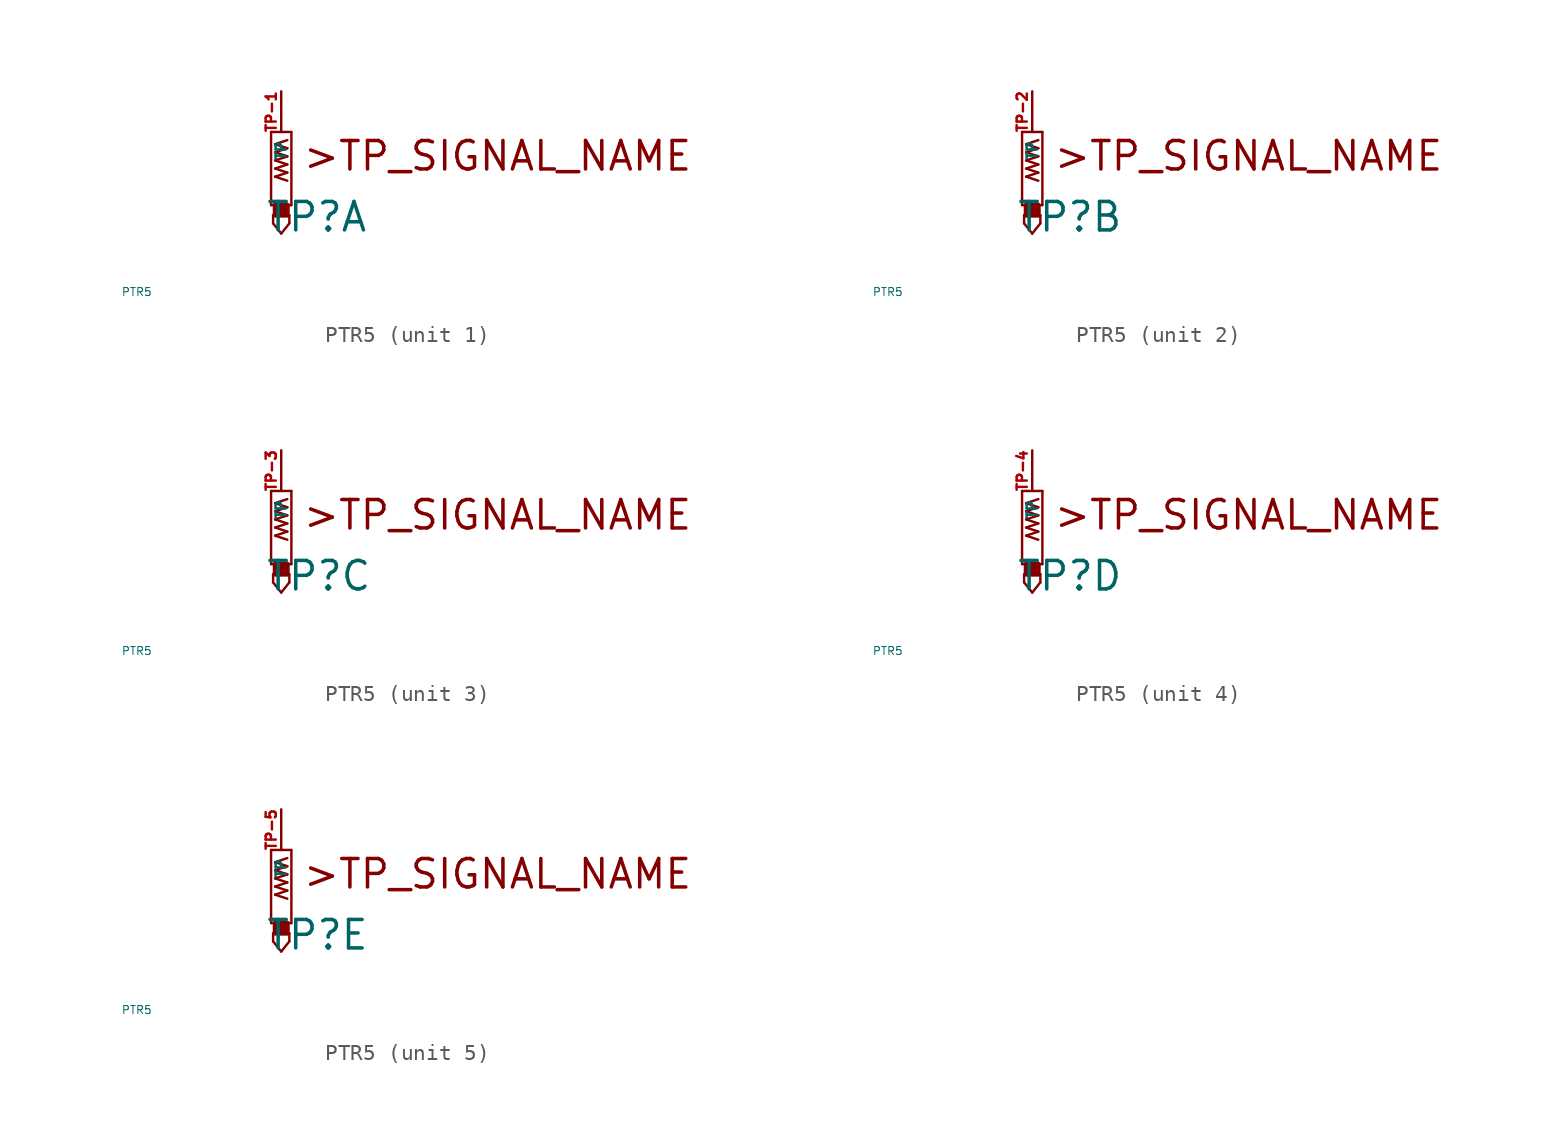
<source format=kicad_sym>
(kicad_symbol_lib
  (version 20220914)
  (generator Eagle2Kicad)
  (symbol "PTR5"
    (property "Reference" "TP"
      (at -1.016 -6.35 0)
      (effects (font (size 1.778 1.778) (thickness 0.22)) (justify left bottom)))
    (property "Value" "PTR5"
      (at -10 -10 0)
      (effects (font (size 0.5 0.5) (thickness 0.06)) (justify left)))
    (symbol "PTR5_1_0"
      (polyline (pts (xy 0.635 -4.572) (xy -0.635 -4.572)) (stroke (width 0.152) (type default)) (fill (type none)))
      (polyline (pts (xy 0.635 -4.572) (xy 0.635 0)) (stroke (width 0.152) (type default)) (fill (type none)))
      (polyline (pts (xy 0.635 0) (xy -0.635 0)) (stroke (width 0.152) (type default)) (fill (type none)))
      (polyline (pts (xy -0.635 0) (xy -0.635 -4.572)) (stroke (width 0.152) (type default)) (fill (type none)))
      (polyline (pts (xy 0.381 -3.048) (xy -0.381 -2.794)) (stroke (width 0.152) (type default)) (fill (type none)))
      (polyline (pts (xy -0.381 -2.794) (xy 0.381 -2.54)) (stroke (width 0.152) (type default)) (fill (type none)))
      (polyline (pts (xy 0.381 -2.54) (xy -0.381 -2.286)) (stroke (width 0.152) (type default)) (fill (type none)))
      (polyline (pts (xy -0.381 -2.286) (xy 0.381 -2.032)) (stroke (width 0.152) (type default)) (fill (type none)))
      (polyline (pts (xy 0.381 -2.032) (xy -0.381 -1.778)) (stroke (width 0.152) (type default)) (fill (type none)))
      (polyline (pts (xy -0.381 -1.778) (xy 0.381 -1.524)) (stroke (width 0.152) (type default)) (fill (type none)))
      (polyline (pts (xy 0.381 -1.524) (xy -0.381 -1.27)) (stroke (width 0.152) (type default)) (fill (type none)))
      (polyline (pts (xy -0.381 -1.27) (xy 0.381 -1.016)) (stroke (width 0.152) (type default)) (fill (type none)))
      (polyline (pts (xy 0.381 -1.016) (xy -0.381 -0.762)) (stroke (width 0.152) (type default)) (fill (type none)))
      (polyline (pts (xy -0.381 -0.762) (xy 0.381 -0.508)) (stroke (width 0.152) (type default)) (fill (type none)))
      (polyline (pts (xy 0.508 -5.207) (xy -0.508 -5.207)) (stroke (width 0.152) (type default)) (fill (type none)))
      (polyline (pts (xy -0.508 -5.207) (xy -0.508 -5.715)) (stroke (width 0.152) (type default)) (fill (type none)))
      (polyline (pts (xy -0.508 -5.715) (xy 0 -6.35)) (stroke (width 0.152) (type default)) (fill (type none)))
      (polyline (pts (xy 0 -6.35) (xy 0.508 -5.715)) (stroke (width 0.152) (type default)) (fill (type none)))
      (polyline (pts (xy 0.508 -5.715) (xy 0.508 -5.207)) (stroke (width 0.152) (type default)) (fill (type none)))
      (text ">TP_SIGNAL_NAME" (at 1.27 -2.54 0) (effects (font (size 1.778 1.778) (thickness 0.22)) (justify left bottom)))
      (rectangle (start -0.381 -5.207) (end 0.381 -4.572) (stroke (width 0.3) (type default)) (fill (type outline)))
      (pin input line (at 0 2.54 270) (length 2.54) (name "TP" (effects (font (size 0.635 0.635) (thickness 0.08)) (justify left bottom))) (number "TP-1" (effects (font (size 0.635 0.635) (thickness 0.08)) (justify left bottom)))))
    (symbol "PTR5_2_0"
      (polyline (pts (xy 0.635 -4.572) (xy -0.635 -4.572)) (stroke (width 0.152) (type default)) (fill (type none)))
      (polyline (pts (xy 0.635 -4.572) (xy 0.635 0)) (stroke (width 0.152) (type default)) (fill (type none)))
      (polyline (pts (xy 0.635 0) (xy -0.635 0)) (stroke (width 0.152) (type default)) (fill (type none)))
      (polyline (pts (xy -0.635 0) (xy -0.635 -4.572)) (stroke (width 0.152) (type default)) (fill (type none)))
      (polyline (pts (xy 0.381 -3.048) (xy -0.381 -2.794)) (stroke (width 0.152) (type default)) (fill (type none)))
      (polyline (pts (xy -0.381 -2.794) (xy 0.381 -2.54)) (stroke (width 0.152) (type default)) (fill (type none)))
      (polyline (pts (xy 0.381 -2.54) (xy -0.381 -2.286)) (stroke (width 0.152) (type default)) (fill (type none)))
      (polyline (pts (xy -0.381 -2.286) (xy 0.381 -2.032)) (stroke (width 0.152) (type default)) (fill (type none)))
      (polyline (pts (xy 0.381 -2.032) (xy -0.381 -1.778)) (stroke (width 0.152) (type default)) (fill (type none)))
      (polyline (pts (xy -0.381 -1.778) (xy 0.381 -1.524)) (stroke (width 0.152) (type default)) (fill (type none)))
      (polyline (pts (xy 0.381 -1.524) (xy -0.381 -1.27)) (stroke (width 0.152) (type default)) (fill (type none)))
      (polyline (pts (xy -0.381 -1.27) (xy 0.381 -1.016)) (stroke (width 0.152) (type default)) (fill (type none)))
      (polyline (pts (xy 0.381 -1.016) (xy -0.381 -0.762)) (stroke (width 0.152) (type default)) (fill (type none)))
      (polyline (pts (xy -0.381 -0.762) (xy 0.381 -0.508)) (stroke (width 0.152) (type default)) (fill (type none)))
      (polyline (pts (xy 0.508 -5.207) (xy -0.508 -5.207)) (stroke (width 0.152) (type default)) (fill (type none)))
      (polyline (pts (xy -0.508 -5.207) (xy -0.508 -5.715)) (stroke (width 0.152) (type default)) (fill (type none)))
      (polyline (pts (xy -0.508 -5.715) (xy 0 -6.35)) (stroke (width 0.152) (type default)) (fill (type none)))
      (polyline (pts (xy 0 -6.35) (xy 0.508 -5.715)) (stroke (width 0.152) (type default)) (fill (type none)))
      (polyline (pts (xy 0.508 -5.715) (xy 0.508 -5.207)) (stroke (width 0.152) (type default)) (fill (type none)))
      (text ">TP_SIGNAL_NAME" (at 1.27 -2.54 0) (effects (font (size 1.778 1.778) (thickness 0.22)) (justify left bottom)))
      (rectangle (start -0.381 -5.207) (end 0.381 -4.572) (stroke (width 0.3) (type default)) (fill (type outline)))
      (pin input line (at 0 2.54 270) (length 2.54) (name "TP" (effects (font (size 0.635 0.635) (thickness 0.08)) (justify left bottom))) (number "TP-2" (effects (font (size 0.635 0.635) (thickness 0.08)) (justify left bottom)))))
    (symbol "PTR5_3_0"
      (polyline (pts (xy 0.635 -4.572) (xy -0.635 -4.572)) (stroke (width 0.152) (type default)) (fill (type none)))
      (polyline (pts (xy 0.635 -4.572) (xy 0.635 0)) (stroke (width 0.152) (type default)) (fill (type none)))
      (polyline (pts (xy 0.635 0) (xy -0.635 0)) (stroke (width 0.152) (type default)) (fill (type none)))
      (polyline (pts (xy -0.635 0) (xy -0.635 -4.572)) (stroke (width 0.152) (type default)) (fill (type none)))
      (polyline (pts (xy 0.381 -3.048) (xy -0.381 -2.794)) (stroke (width 0.152) (type default)) (fill (type none)))
      (polyline (pts (xy -0.381 -2.794) (xy 0.381 -2.54)) (stroke (width 0.152) (type default)) (fill (type none)))
      (polyline (pts (xy 0.381 -2.54) (xy -0.381 -2.286)) (stroke (width 0.152) (type default)) (fill (type none)))
      (polyline (pts (xy -0.381 -2.286) (xy 0.381 -2.032)) (stroke (width 0.152) (type default)) (fill (type none)))
      (polyline (pts (xy 0.381 -2.032) (xy -0.381 -1.778)) (stroke (width 0.152) (type default)) (fill (type none)))
      (polyline (pts (xy -0.381 -1.778) (xy 0.381 -1.524)) (stroke (width 0.152) (type default)) (fill (type none)))
      (polyline (pts (xy 0.381 -1.524) (xy -0.381 -1.27)) (stroke (width 0.152) (type default)) (fill (type none)))
      (polyline (pts (xy -0.381 -1.27) (xy 0.381 -1.016)) (stroke (width 0.152) (type default)) (fill (type none)))
      (polyline (pts (xy 0.381 -1.016) (xy -0.381 -0.762)) (stroke (width 0.152) (type default)) (fill (type none)))
      (polyline (pts (xy -0.381 -0.762) (xy 0.381 -0.508)) (stroke (width 0.152) (type default)) (fill (type none)))
      (polyline (pts (xy 0.508 -5.207) (xy -0.508 -5.207)) (stroke (width 0.152) (type default)) (fill (type none)))
      (polyline (pts (xy -0.508 -5.207) (xy -0.508 -5.715)) (stroke (width 0.152) (type default)) (fill (type none)))
      (polyline (pts (xy -0.508 -5.715) (xy 0 -6.35)) (stroke (width 0.152) (type default)) (fill (type none)))
      (polyline (pts (xy 0 -6.35) (xy 0.508 -5.715)) (stroke (width 0.152) (type default)) (fill (type none)))
      (polyline (pts (xy 0.508 -5.715) (xy 0.508 -5.207)) (stroke (width 0.152) (type default)) (fill (type none)))
      (text ">TP_SIGNAL_NAME" (at 1.27 -2.54 0) (effects (font (size 1.778 1.778) (thickness 0.22)) (justify left bottom)))
      (rectangle (start -0.381 -5.207) (end 0.381 -4.572) (stroke (width 0.3) (type default)) (fill (type outline)))
      (pin input line (at 0 2.54 270) (length 2.54) (name "TP" (effects (font (size 0.635 0.635) (thickness 0.08)) (justify left bottom))) (number "TP-3" (effects (font (size 0.635 0.635) (thickness 0.08)) (justify left bottom)))))
    (symbol "PTR5_4_0"
      (polyline (pts (xy 0.635 -4.572) (xy -0.635 -4.572)) (stroke (width 0.152) (type default)) (fill (type none)))
      (polyline (pts (xy 0.635 -4.572) (xy 0.635 0)) (stroke (width 0.152) (type default)) (fill (type none)))
      (polyline (pts (xy 0.635 0) (xy -0.635 0)) (stroke (width 0.152) (type default)) (fill (type none)))
      (polyline (pts (xy -0.635 0) (xy -0.635 -4.572)) (stroke (width 0.152) (type default)) (fill (type none)))
      (polyline (pts (xy 0.381 -3.048) (xy -0.381 -2.794)) (stroke (width 0.152) (type default)) (fill (type none)))
      (polyline (pts (xy -0.381 -2.794) (xy 0.381 -2.54)) (stroke (width 0.152) (type default)) (fill (type none)))
      (polyline (pts (xy 0.381 -2.54) (xy -0.381 -2.286)) (stroke (width 0.152) (type default)) (fill (type none)))
      (polyline (pts (xy -0.381 -2.286) (xy 0.381 -2.032)) (stroke (width 0.152) (type default)) (fill (type none)))
      (polyline (pts (xy 0.381 -2.032) (xy -0.381 -1.778)) (stroke (width 0.152) (type default)) (fill (type none)))
      (polyline (pts (xy -0.381 -1.778) (xy 0.381 -1.524)) (stroke (width 0.152) (type default)) (fill (type none)))
      (polyline (pts (xy 0.381 -1.524) (xy -0.381 -1.27)) (stroke (width 0.152) (type default)) (fill (type none)))
      (polyline (pts (xy -0.381 -1.27) (xy 0.381 -1.016)) (stroke (width 0.152) (type default)) (fill (type none)))
      (polyline (pts (xy 0.381 -1.016) (xy -0.381 -0.762)) (stroke (width 0.152) (type default)) (fill (type none)))
      (polyline (pts (xy -0.381 -0.762) (xy 0.381 -0.508)) (stroke (width 0.152) (type default)) (fill (type none)))
      (polyline (pts (xy 0.508 -5.207) (xy -0.508 -5.207)) (stroke (width 0.152) (type default)) (fill (type none)))
      (polyline (pts (xy -0.508 -5.207) (xy -0.508 -5.715)) (stroke (width 0.152) (type default)) (fill (type none)))
      (polyline (pts (xy -0.508 -5.715) (xy 0 -6.35)) (stroke (width 0.152) (type default)) (fill (type none)))
      (polyline (pts (xy 0 -6.35) (xy 0.508 -5.715)) (stroke (width 0.152) (type default)) (fill (type none)))
      (polyline (pts (xy 0.508 -5.715) (xy 0.508 -5.207)) (stroke (width 0.152) (type default)) (fill (type none)))
      (text ">TP_SIGNAL_NAME" (at 1.27 -2.54 0) (effects (font (size 1.778 1.778) (thickness 0.22)) (justify left bottom)))
      (rectangle (start -0.381 -5.207) (end 0.381 -4.572) (stroke (width 0.3) (type default)) (fill (type outline)))
      (pin input line (at 0 2.54 270) (length 2.54) (name "TP" (effects (font (size 0.635 0.635) (thickness 0.08)) (justify left bottom))) (number "TP-4" (effects (font (size 0.635 0.635) (thickness 0.08)) (justify left bottom)))))
    (symbol "PTR5_5_0"
      (polyline (pts (xy 0.635 -4.572) (xy -0.635 -4.572)) (stroke (width 0.152) (type default)) (fill (type none)))
      (polyline (pts (xy 0.635 -4.572) (xy 0.635 0)) (stroke (width 0.152) (type default)) (fill (type none)))
      (polyline (pts (xy 0.635 0) (xy -0.635 0)) (stroke (width 0.152) (type default)) (fill (type none)))
      (polyline (pts (xy -0.635 0) (xy -0.635 -4.572)) (stroke (width 0.152) (type default)) (fill (type none)))
      (polyline (pts (xy 0.381 -3.048) (xy -0.381 -2.794)) (stroke (width 0.152) (type default)) (fill (type none)))
      (polyline (pts (xy -0.381 -2.794) (xy 0.381 -2.54)) (stroke (width 0.152) (type default)) (fill (type none)))
      (polyline (pts (xy 0.381 -2.54) (xy -0.381 -2.286)) (stroke (width 0.152) (type default)) (fill (type none)))
      (polyline (pts (xy -0.381 -2.286) (xy 0.381 -2.032)) (stroke (width 0.152) (type default)) (fill (type none)))
      (polyline (pts (xy 0.381 -2.032) (xy -0.381 -1.778)) (stroke (width 0.152) (type default)) (fill (type none)))
      (polyline (pts (xy -0.381 -1.778) (xy 0.381 -1.524)) (stroke (width 0.152) (type default)) (fill (type none)))
      (polyline (pts (xy 0.381 -1.524) (xy -0.381 -1.27)) (stroke (width 0.152) (type default)) (fill (type none)))
      (polyline (pts (xy -0.381 -1.27) (xy 0.381 -1.016)) (stroke (width 0.152) (type default)) (fill (type none)))
      (polyline (pts (xy 0.381 -1.016) (xy -0.381 -0.762)) (stroke (width 0.152) (type default)) (fill (type none)))
      (polyline (pts (xy -0.381 -0.762) (xy 0.381 -0.508)) (stroke (width 0.152) (type default)) (fill (type none)))
      (polyline (pts (xy 0.508 -5.207) (xy -0.508 -5.207)) (stroke (width 0.152) (type default)) (fill (type none)))
      (polyline (pts (xy -0.508 -5.207) (xy -0.508 -5.715)) (stroke (width 0.152) (type default)) (fill (type none)))
      (polyline (pts (xy -0.508 -5.715) (xy 0 -6.35)) (stroke (width 0.152) (type default)) (fill (type none)))
      (polyline (pts (xy 0 -6.35) (xy 0.508 -5.715)) (stroke (width 0.152) (type default)) (fill (type none)))
      (polyline (pts (xy 0.508 -5.715) (xy 0.508 -5.207)) (stroke (width 0.152) (type default)) (fill (type none)))
      (text ">TP_SIGNAL_NAME" (at 1.27 -2.54 0) (effects (font (size 1.778 1.778) (thickness 0.22)) (justify left bottom)))
      (rectangle (start -0.381 -5.207) (end 0.381 -4.572) (stroke (width 0.3) (type default)) (fill (type outline)))
      (pin input line (at 0 2.54 270) (length 2.54) (name "TP" (effects (font (size 0.635 0.635) (thickness 0.08)) (justify left bottom))) (number "TP-5" (effects (font (size 0.635 0.635) (thickness 0.08)) (justify left bottom)))))))
</source>
